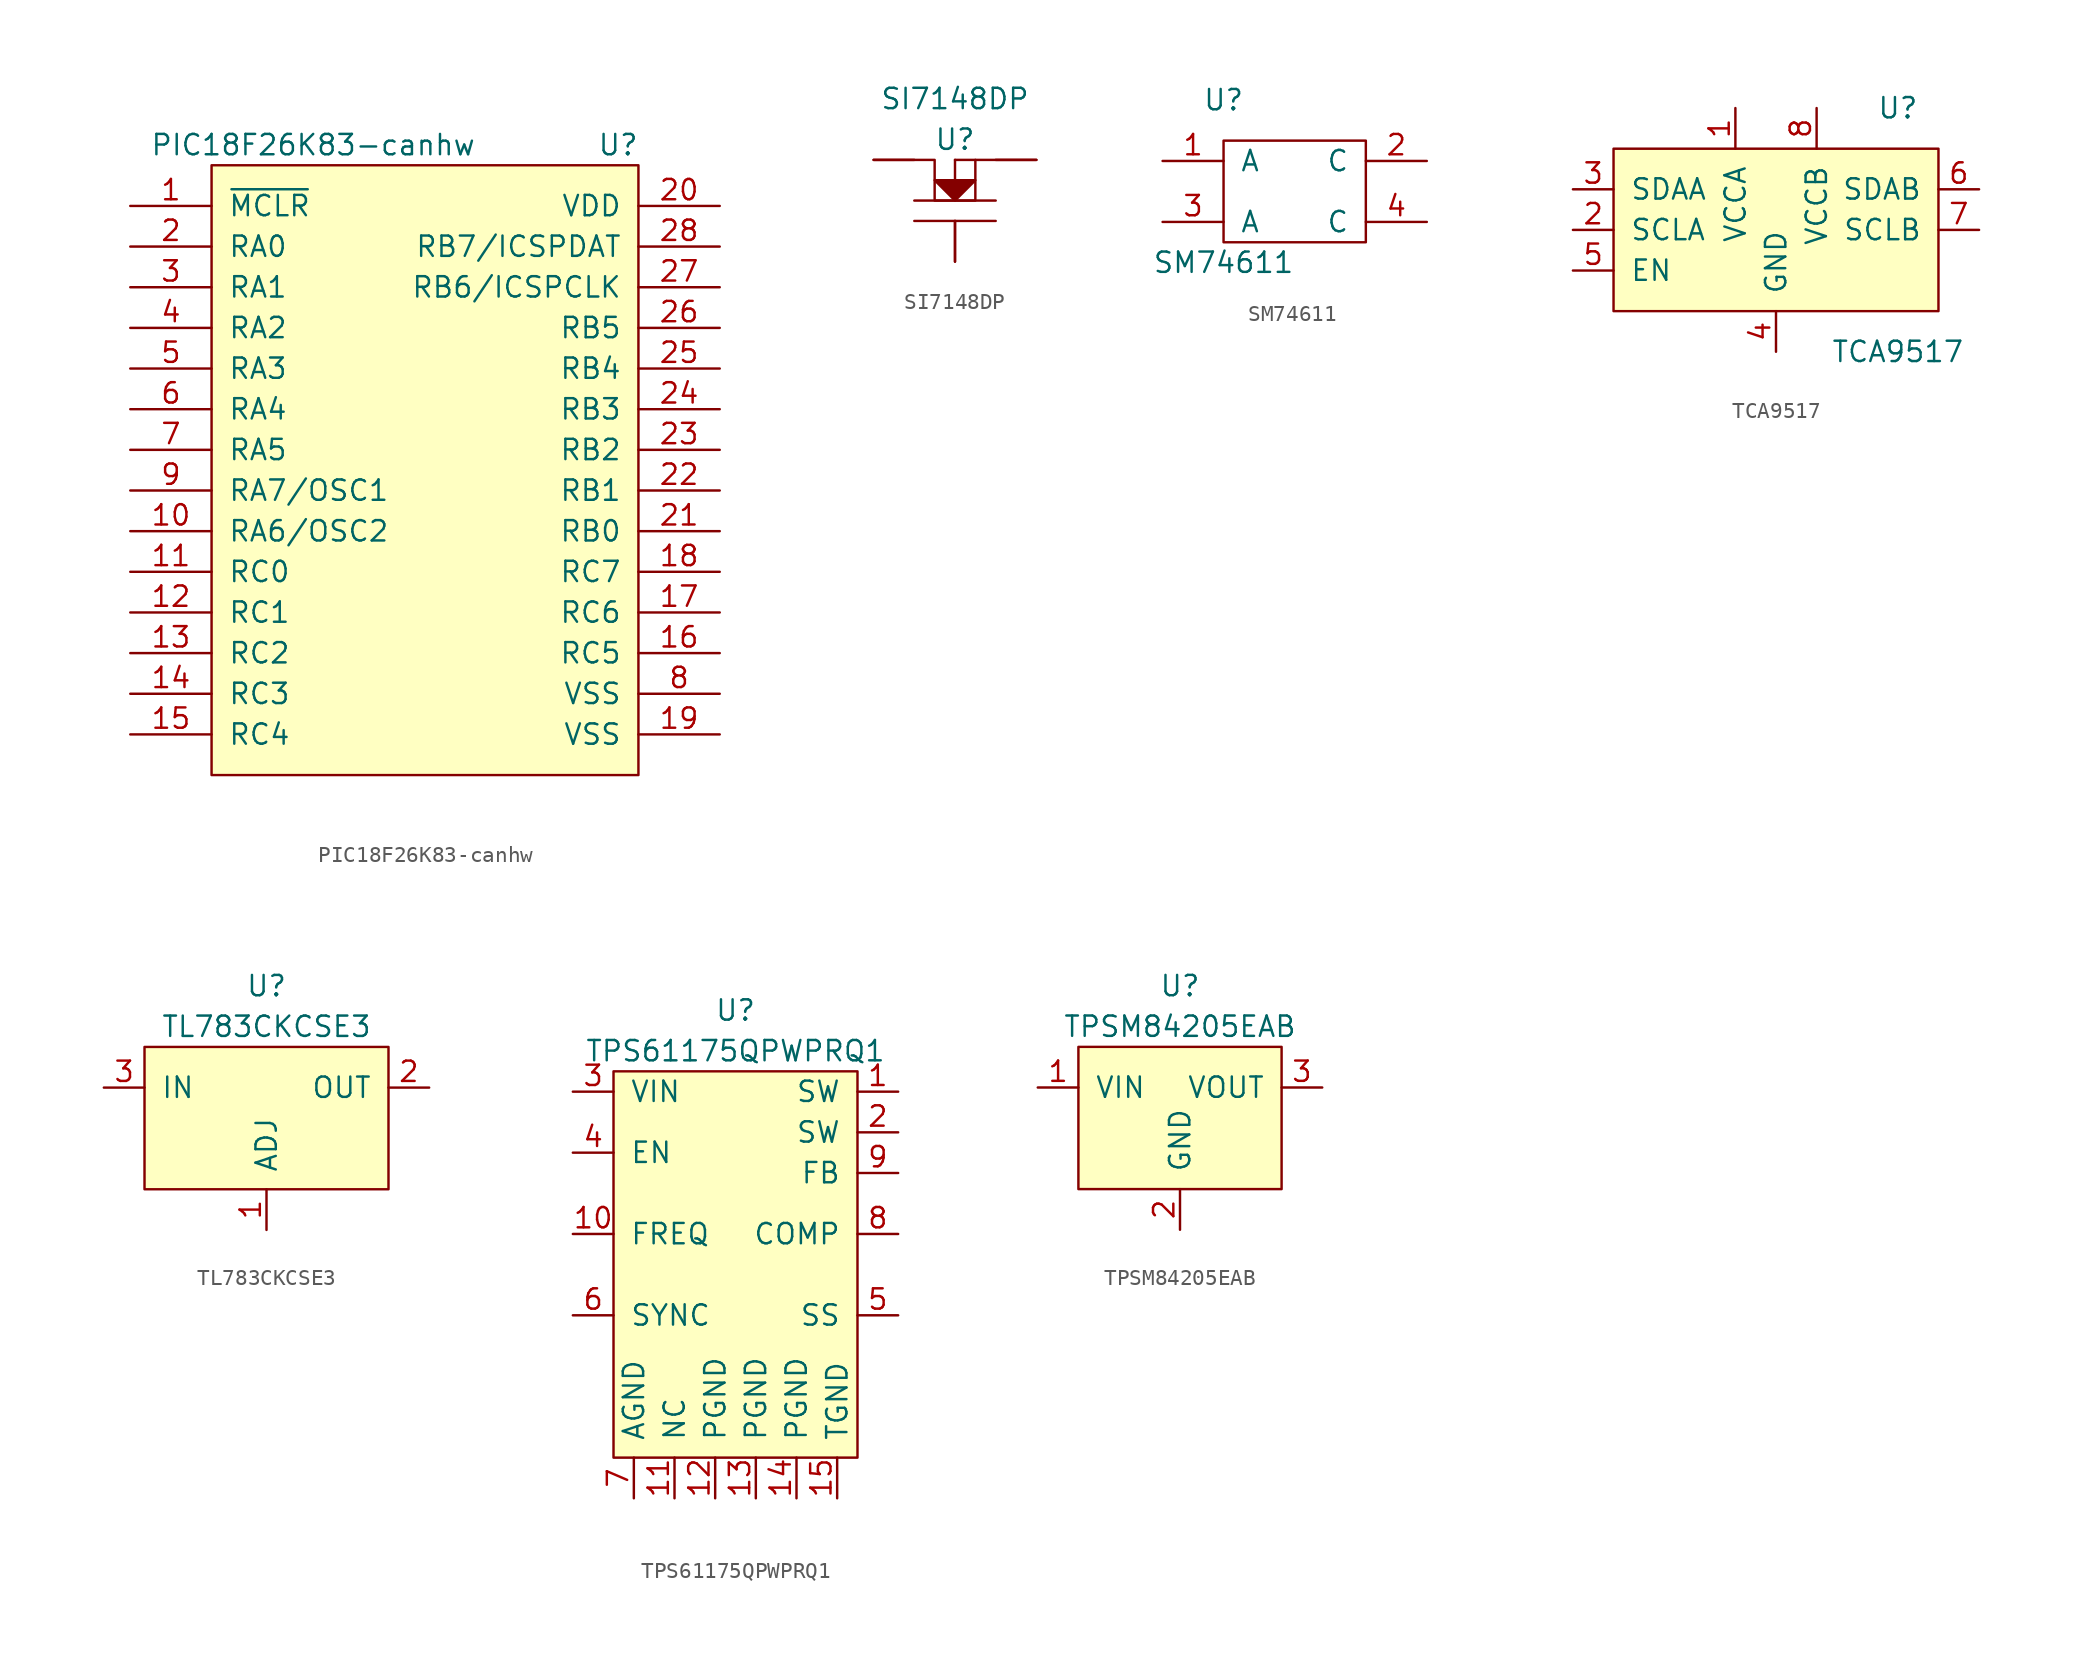
<source format=kicad_sym>
(kicad_symbol_lib
  (version 20211014)
  (generator kicad_symbol_editor)
  (symbol "PIC18F26K83-canhw"
    (pin_names
      (offset 1.016))
    (property "Reference" "U"
      (at 11.43 20.32 0)
      (effects (font (size 1.27 1.27))))
    (property "Value" "PIC18F26K83-canhw"
      (at -7.62 20.32 0)
      (effects (font (size 1.27 1.27))))
    (symbol "PIC18F26K83-canhw_0_1"
      (rectangle (start -13.97 19.05) (end 12.7 -19.05) (stroke (width 0) (type default) (color 0 0 0 0)) (fill (type background))))
    (symbol "PIC18F26K83-canhw_1_1"
      (pin input line (at -19.05 16.51 0) (length 5.08) (name "~{MCLR}" (effects (font (size 1.27 1.27)))) (number "1" (effects (font (size 1.27 1.27)))))
      (pin bidirectional line (at -19.05 -3.81 0) (length 5.08) (name "RA6/OSC2" (effects (font (size 1.27 1.27)))) (number "10" (effects (font (size 1.27 1.27)))))
      (pin bidirectional line (at -19.05 -6.35 0) (length 5.08) (name "RC0" (effects (font (size 1.27 1.27)))) (number "11" (effects (font (size 1.27 1.27)))))
      (pin bidirectional line (at -19.05 -8.89 0) (length 5.08) (name "RC1" (effects (font (size 1.27 1.27)))) (number "12" (effects (font (size 1.27 1.27)))))
      (pin bidirectional line (at -19.05 -11.43 0) (length 5.08) (name "RC2" (effects (font (size 1.27 1.27)))) (number "13" (effects (font (size 1.27 1.27)))))
      (pin bidirectional line (at -19.05 -13.97 0) (length 5.08) (name "RC3" (effects (font (size 1.27 1.27)))) (number "14" (effects (font (size 1.27 1.27)))))
      (pin bidirectional line (at -19.05 -16.51 0) (length 5.08) (name "RC4" (effects (font (size 1.27 1.27)))) (number "15" (effects (font (size 1.27 1.27)))))
      (pin bidirectional line (at 17.78 -11.43 180) (length 5.08) (name "RC5" (effects (font (size 1.27 1.27)))) (number "16" (effects (font (size 1.27 1.27)))))
      (pin bidirectional line (at 17.78 -8.89 180) (length 5.08) (name "RC6" (effects (font (size 1.27 1.27)))) (number "17" (effects (font (size 1.27 1.27)))))
      (pin bidirectional line (at 17.78 -6.35 180) (length 5.08) (name "RC7" (effects (font (size 1.27 1.27)))) (number "18" (effects (font (size 1.27 1.27)))))
      (pin power_in line (at 17.78 -16.51 180) (length 5.08) (name "VSS" (effects (font (size 1.27 1.27)))) (number "19" (effects (font (size 1.27 1.27)))))
      (pin bidirectional line (at -19.05 13.97 0) (length 5.08) (name "RA0" (effects (font (size 1.27 1.27)))) (number "2" (effects (font (size 1.27 1.27)))))
      (pin power_in line (at 17.78 16.51 180) (length 5.08) (name "VDD" (effects (font (size 1.27 1.27)))) (number "20" (effects (font (size 1.27 1.27)))))
      (pin bidirectional line (at 17.78 -3.81 180) (length 5.08) (name "RB0" (effects (font (size 1.27 1.27)))) (number "21" (effects (font (size 1.27 1.27)))))
      (pin bidirectional line (at 17.78 -1.27 180) (length 5.08) (name "RB1" (effects (font (size 1.27 1.27)))) (number "22" (effects (font (size 1.27 1.27)))))
      (pin bidirectional line (at 17.78 1.27 180) (length 5.08) (name "RB2" (effects (font (size 1.27 1.27)))) (number "23" (effects (font (size 1.27 1.27)))))
      (pin bidirectional line (at 17.78 3.81 180) (length 5.08) (name "RB3" (effects (font (size 1.27 1.27)))) (number "24" (effects (font (size 1.27 1.27)))))
      (pin bidirectional line (at 17.78 6.35 180) (length 5.08) (name "RB4" (effects (font (size 1.27 1.27)))) (number "25" (effects (font (size 1.27 1.27)))))
      (pin bidirectional line (at 17.78 8.89 180) (length 5.08) (name "RB5" (effects (font (size 1.27 1.27)))) (number "26" (effects (font (size 1.27 1.27)))))
      (pin bidirectional line (at 17.78 11.43 180) (length 5.08) (name "RB6/ICSPCLK" (effects (font (size 1.27 1.27)))) (number "27" (effects (font (size 1.27 1.27)))))
      (pin bidirectional line (at 17.78 13.97 180) (length 5.08) (name "RB7/ICSPDAT" (effects (font (size 1.27 1.27)))) (number "28" (effects (font (size 1.27 1.27)))))
      (pin bidirectional line (at -19.05 11.43 0) (length 5.08) (name "RA1" (effects (font (size 1.27 1.27)))) (number "3" (effects (font (size 1.27 1.27)))))
      (pin bidirectional line (at -19.05 8.89 0) (length 5.08) (name "RA2" (effects (font (size 1.27 1.27)))) (number "4" (effects (font (size 1.27 1.27)))))
      (pin bidirectional line (at -19.05 6.35 0) (length 5.08) (name "RA3" (effects (font (size 1.27 1.27)))) (number "5" (effects (font (size 1.27 1.27)))))
      (pin bidirectional line (at -19.05 3.81 0) (length 5.08) (name "RA4" (effects (font (size 1.27 1.27)))) (number "6" (effects (font (size 1.27 1.27)))))
      (pin bidirectional line (at -19.05 1.27 0) (length 5.08) (name "RA5" (effects (font (size 1.27 1.27)))) (number "7" (effects (font (size 1.27 1.27)))))
      (pin power_in line (at 17.78 -13.97 180) (length 5.08) (name "VSS" (effects (font (size 1.27 1.27)))) (number "8" (effects (font (size 1.27 1.27)))))
      (pin bidirectional line (at -19.05 -1.27 0) (length 5.08) (name "RA7/OSC1" (effects (font (size 1.27 1.27)))) (number "9" (effects (font (size 1.27 1.27)))))))
  (symbol "SI7148DP"
    (pin_names
      (offset 1.016))
    (property "Reference" "U"
      (at 0 2.54 0)
      (effects (font (size 1.27 1.27))))
    (property "Value" "SI7148DP"
      (at 0 5.08 0)
      (effects (font (size 1.27 1.27))))
    (symbol "SI7148DP_0_1"
      (polyline (pts (xy -2.54 -2.54) (xy 2.54 -2.54)) (stroke (width 0) (type default) (color 0 0 0 0)) (fill (type none)))
      (polyline (pts (xy -2.54 -1.27) (xy 2.54 -1.27)) (stroke (width 0) (type default) (color 0 0 0 0)) (fill (type none)))
      (polyline (pts (xy 0 0) (xy 0 1.27)) (stroke (width 0) (type default) (color 0 0 0 0)) (fill (type none)))
      (polyline (pts (xy 1.27 1.27) (xy 0 1.27)) (stroke (width 0) (type default) (color 0 0 0 0)) (fill (type none)))
      (polyline (pts (xy 0 -2.54) (xy 0 -3.81) (xy 0 -5.08)) (stroke (width 0) (type default) (color 0 0 0 0)) (fill (type none)))
      (polyline (pts (xy -1.27 0) (xy 0 -1.27) (xy 1.27 0) (xy -1.27 0) (xy 0 0)) (stroke (width 0) (type default) (color 0 0 0 0)) (fill (type outline)))
      (polyline (pts (xy -5.08 1.27) (xy -1.27 1.27) (xy -1.27 -1.27) (xy 1.27 -1.27) (xy 1.27 1.27) (xy 5.08 1.27)) (stroke (width 0) (type default) (color 0 0 0 0)) (fill (type none))))
    (symbol "SI7148DP_1_1"
      (pin input line (at -5.08 1.27 0) (length 2.54) (name "~" (effects (font (size 1.27 1.27)))) (number "~" (effects (font (size 1.27 1.27)))))
      (pin input line (at 0 -5.08 90) (length 2.54) (name "~" (effects (font (size 1.27 1.27)))) (number "~" (effects (font (size 1.27 1.27)))))
      (pin input line (at 5.08 1.27 180) (length 2.54) (name "~" (effects (font (size 1.27 1.27)))) (number "~" (effects (font (size 1.27 1.27)))))))
  (symbol "SM74611"
    (pin_names
      (offset 1.016))
    (property "Reference" "U"
      (at 0 5.08 0)
      (effects (font (size 1.27 1.27))))
    (property "Value" "SM74611"
      (at 0 -5.08 0)
      (effects (font (size 1.27 1.27))))
    (symbol "SM74611_0_1"
      (rectangle (start 0 2.54) (end 8.89 -3.81) (stroke (width 0) (type default) (color 0 0 0 0)) (fill (type none))))
    (symbol "SM74611_1_1"
      (pin power_in line (at -3.81 1.27 0) (length 3.81) (name "A" (effects (font (size 1.27 1.27)))) (number "1" (effects (font (size 1.27 1.27)))))
      (pin power_in line (at 12.7 1.27 180) (length 3.81) (name "C" (effects (font (size 1.27 1.27)))) (number "2" (effects (font (size 1.27 1.27)))))
      (pin power_in line (at -3.81 -2.54 0) (length 3.81) (name "A" (effects (font (size 1.27 1.27)))) (number "3" (effects (font (size 1.27 1.27)))))
      (pin power_in line (at 12.7 -2.54 180) (length 3.81) (name "C" (effects (font (size 1.27 1.27)))) (number "4" (effects (font (size 1.27 1.27)))))))
  (symbol "TCA9517"
    (pin_names
      (offset 1.016))
    (property "Reference" "U"
      (at 12.7 10.16 0)
      (effects (font (size 1.27 1.27))))
    (property "Value" "TCA9517"
      (at 12.7 -5.08 0)
      (effects (font (size 1.27 1.27))))
    (symbol "TCA9517_0_1"
      (rectangle (start -5.08 7.62) (end 15.24 -2.54) (stroke (width 0) (type default) (color 0 0 0 0)) (fill (type background))))
    (symbol "TCA9517_1_1"
      (pin input line (at 2.54 10.16 270) (length 2.54) (name "VCCA" (effects (font (size 1.27 1.27)))) (number "1" (effects (font (size 1.27 1.27)))))
      (pin input line (at -7.62 2.54 0) (length 2.54) (name "SCLA" (effects (font (size 1.27 1.27)))) (number "2" (effects (font (size 1.27 1.27)))))
      (pin input line (at -7.62 5.08 0) (length 2.54) (name "SDAA" (effects (font (size 1.27 1.27)))) (number "3" (effects (font (size 1.27 1.27)))))
      (pin input line (at 5.08 -5.08 90) (length 2.54) (name "GND" (effects (font (size 1.27 1.27)))) (number "4" (effects (font (size 1.27 1.27)))))
      (pin input line (at -7.62 0 0) (length 2.54) (name "EN" (effects (font (size 1.27 1.27)))) (number "5" (effects (font (size 1.27 1.27)))))
      (pin input line (at 17.78 5.08 180) (length 2.54) (name "SDAB" (effects (font (size 1.27 1.27)))) (number "6" (effects (font (size 1.27 1.27)))))
      (pin input line (at 17.78 2.54 180) (length 2.54) (name "SCLB" (effects (font (size 1.27 1.27)))) (number "7" (effects (font (size 1.27 1.27)))))
      (pin input line (at 7.62 10.16 270) (length 2.54) (name "VCCB" (effects (font (size 1.27 1.27)))) (number "8" (effects (font (size 1.27 1.27)))))))
  (symbol "TL783CKCSE3"
    (pin_names
      (offset 1.016))
    (property "Reference" "U"
      (at 0 8.89 0)
      (effects (font (size 1.27 1.27))))
    (property "Value" "TL783CKCSE3"
      (at 0 6.35 0)
      (effects (font (size 1.27 1.27))))
    (symbol "TL783CKCSE3_0_1"
      (rectangle (start -7.62 5.08) (end 7.62 -3.81) (stroke (width 0) (type default) (color 0 0 0 0)) (fill (type background))))
    (symbol "TL783CKCSE3_1_1"
      (pin input line (at 0 -6.35 90) (length 2.54) (name "ADJ" (effects (font (size 1.27 1.27)))) (number "1" (effects (font (size 1.27 1.27)))))
      (pin input line (at 10.16 2.54 180) (length 2.54) (name "OUT" (effects (font (size 1.27 1.27)))) (number "2" (effects (font (size 1.27 1.27)))))
      (pin input line (at -10.16 2.54 0) (length 2.54) (name "IN" (effects (font (size 1.27 1.27)))) (number "3" (effects (font (size 1.27 1.27)))))))
  (symbol "TPS61175QPWPRQ1"
    (pin_names
      (offset 1.016))
    (property "Reference" "U"
      (at 0 12.7 0)
      (effects (font (size 1.27 1.27))))
    (property "Value" "TPS61175QPWPRQ1"
      (at 0 10.16 0)
      (effects (font (size 1.27 1.27))))
    (symbol "TPS61175QPWPRQ1_0_1"
      (rectangle (start -7.62 8.89) (end 7.62 -15.24) (stroke (width 0) (type default) (color 0 0 0 0)) (fill (type background))))
    (symbol "TPS61175QPWPRQ1_1_1"
      (pin input line (at 10.16 7.62 180) (length 2.54) (name "SW" (effects (font (size 1.27 1.27)))) (number "1" (effects (font (size 1.27 1.27)))))
      (pin input line (at -10.16 -1.27 0) (length 2.54) (name "FREQ" (effects (font (size 1.27 1.27)))) (number "10" (effects (font (size 1.27 1.27)))))
      (pin input line (at -3.81 -17.78 90) (length 2.54) (name "NC" (effects (font (size 1.27 1.27)))) (number "11" (effects (font (size 1.27 1.27)))))
      (pin input line (at -1.27 -17.78 90) (length 2.54) (name "PGND" (effects (font (size 1.27 1.27)))) (number "12" (effects (font (size 1.27 1.27)))))
      (pin input line (at 1.27 -17.78 90) (length 2.54) (name "PGND" (effects (font (size 1.27 1.27)))) (number "13" (effects (font (size 1.27 1.27)))))
      (pin input line (at 3.81 -17.78 90) (length 2.54) (name "PGND" (effects (font (size 1.27 1.27)))) (number "14" (effects (font (size 1.27 1.27)))))
      (pin input line (at 6.35 -17.78 90) (length 2.54) (name "TGND" (effects (font (size 1.27 1.27)))) (number "15" (effects (font (size 1.27 1.27)))))
      (pin input line (at 10.16 5.08 180) (length 2.54) (name "SW" (effects (font (size 1.27 1.27)))) (number "2" (effects (font (size 1.27 1.27)))))
      (pin input line (at -10.16 7.62 0) (length 2.54) (name "VIN" (effects (font (size 1.27 1.27)))) (number "3" (effects (font (size 1.27 1.27)))))
      (pin input line (at -10.16 3.81 0) (length 2.54) (name "EN" (effects (font (size 1.27 1.27)))) (number "4" (effects (font (size 1.27 1.27)))))
      (pin input line (at 10.16 -6.35 180) (length 2.54) (name "SS" (effects (font (size 1.27 1.27)))) (number "5" (effects (font (size 1.27 1.27)))))
      (pin input line (at -10.16 -6.35 0) (length 2.54) (name "SYNC" (effects (font (size 1.27 1.27)))) (number "6" (effects (font (size 1.27 1.27)))))
      (pin input line (at -6.35 -17.78 90) (length 2.54) (name "AGND" (effects (font (size 1.27 1.27)))) (number "7" (effects (font (size 1.27 1.27)))))
      (pin input line (at 10.16 -1.27 180) (length 2.54) (name "COMP" (effects (font (size 1.27 1.27)))) (number "8" (effects (font (size 1.27 1.27)))))
      (pin input line (at 10.16 2.54 180) (length 2.54) (name "FB" (effects (font (size 1.27 1.27)))) (number "9" (effects (font (size 1.27 1.27)))))))
  (symbol "TPSM84205EAB"
    (pin_names
      (offset 1.016))
    (property "Reference" "U"
      (at 0 7.62 0)
      (effects (font (size 1.27 1.27))))
    (property "Value" "TPSM84205EAB"
      (at 0 5.08 0)
      (effects (font (size 1.27 1.27))))
    (symbol "TPSM84205EAB_0_1"
      (rectangle (start -6.35 3.81) (end 6.35 -5.08) (stroke (width 0) (type default) (color 0 0 0 0)) (fill (type background))))
    (symbol "TPSM84205EAB_1_1"
      (pin input line (at -8.89 1.27 0) (length 2.54) (name "VIN" (effects (font (size 1.27 1.27)))) (number "1" (effects (font (size 1.27 1.27)))))
      (pin input line (at 0 -7.62 90) (length 2.54) (name "GND" (effects (font (size 1.27 1.27)))) (number "2" (effects (font (size 1.27 1.27)))))
      (pin input line (at 8.89 1.27 180) (length 2.54) (name "VOUT" (effects (font (size 1.27 1.27)))) (number "3" (effects (font (size 1.27 1.27))))))))
</source>
